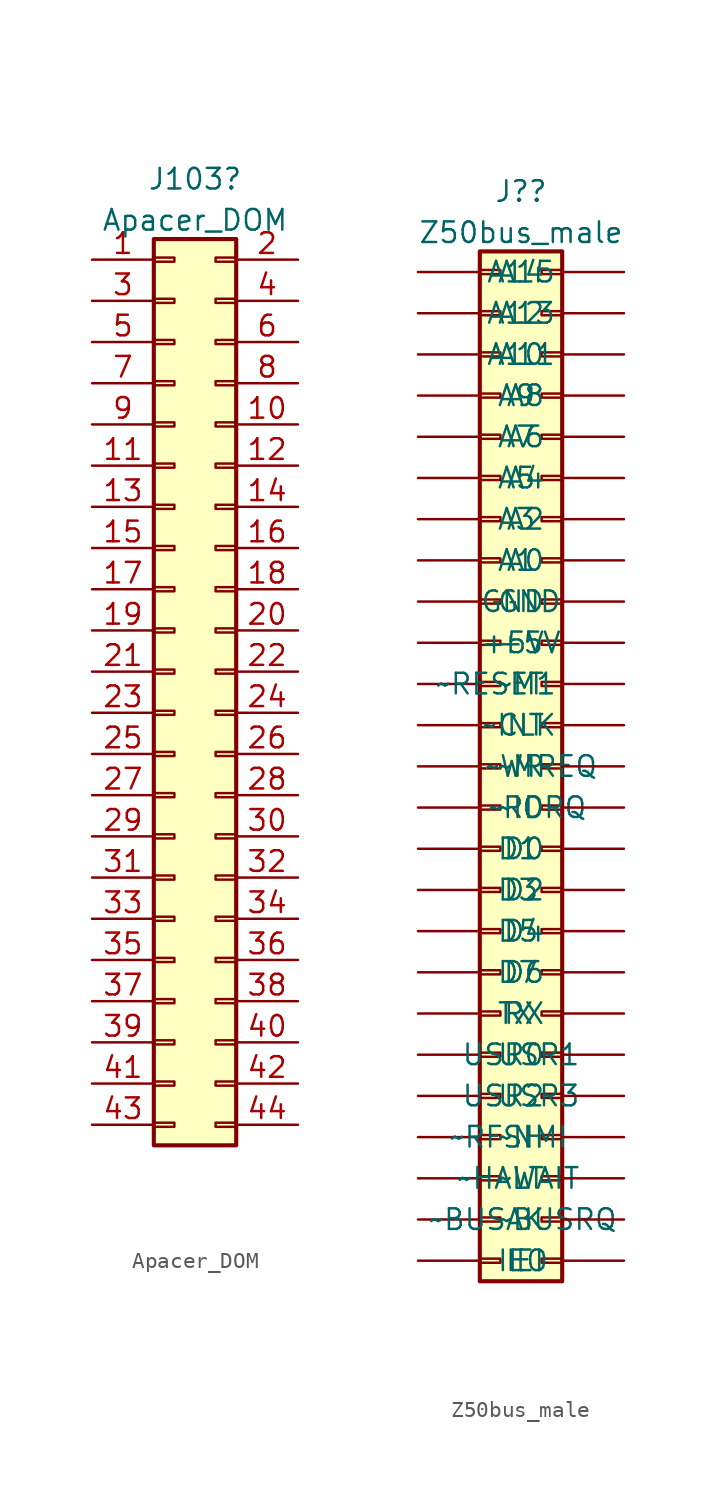
<source format=kicad_sym>
(kicad_symbol_lib
  (version 20211014)
  (generator kicad_symbol_editor)
  (symbol "Apacer_DOM"
    (pin_names
      (offset 1.016) hide)
    (property "Reference" "J103"
      (at 1.27 30.37 0)
      (effects (font (size 1.27 1.27))))
    (property "Value" "Apacer_DOM"
      (at 1.27 27.833 0)
      (effects (font (size 1.27 1.27))))
    (symbol "Apacer_DOM_1_1"
      (rectangle (start -1.27 -27.813) (end 0 -28.067) (stroke (width 0.152) (type default) (color 0 0 0 0)) (fill (type none)))
      (rectangle (start -1.27 -25.273) (end 0 -25.527) (stroke (width 0.152) (type default) (color 0 0 0 0)) (fill (type none)))
      (rectangle (start -1.27 -22.733) (end 0 -22.987) (stroke (width 0.152) (type default) (color 0 0 0 0)) (fill (type none)))
      (rectangle (start -1.27 -20.193) (end 0 -20.447) (stroke (width 0.152) (type default) (color 0 0 0 0)) (fill (type none)))
      (rectangle (start -1.27 -17.653) (end 0 -17.907) (stroke (width 0.152) (type default) (color 0 0 0 0)) (fill (type none)))
      (rectangle (start -1.27 -15.113) (end 0 -15.367) (stroke (width 0.152) (type default) (color 0 0 0 0)) (fill (type none)))
      (rectangle (start -1.27 -12.573) (end 0 -12.827) (stroke (width 0.152) (type default) (color 0 0 0 0)) (fill (type none)))
      (rectangle (start -1.27 -10.033) (end 0 -10.287) (stroke (width 0.152) (type default) (color 0 0 0 0)) (fill (type none)))
      (rectangle (start -1.27 -7.493) (end 0 -7.747) (stroke (width 0.152) (type default) (color 0 0 0 0)) (fill (type none)))
      (rectangle (start -1.27 -4.953) (end 0 -5.207) (stroke (width 0.152) (type default) (color 0 0 0 0)) (fill (type none)))
      (rectangle (start -1.27 -2.413) (end 0 -2.667) (stroke (width 0.152) (type default) (color 0 0 0 0)) (fill (type none)))
      (rectangle (start -1.27 0.127) (end 0 -0.127) (stroke (width 0.152) (type default) (color 0 0 0 0)) (fill (type none)))
      (rectangle (start -1.27 2.667) (end 0 2.413) (stroke (width 0.152) (type default) (color 0 0 0 0)) (fill (type none)))
      (rectangle (start -1.27 5.207) (end 0 4.953) (stroke (width 0.152) (type default) (color 0 0 0 0)) (fill (type none)))
      (rectangle (start -1.27 7.747) (end 0 7.493) (stroke (width 0.152) (type default) (color 0 0 0 0)) (fill (type none)))
      (rectangle (start -1.27 10.287) (end 0 10.033) (stroke (width 0.152) (type default) (color 0 0 0 0)) (fill (type none)))
      (rectangle (start -1.27 12.827) (end 0 12.573) (stroke (width 0.152) (type default) (color 0 0 0 0)) (fill (type none)))
      (rectangle (start -1.27 15.367) (end 0 15.113) (stroke (width 0.152) (type default) (color 0 0 0 0)) (fill (type none)))
      (rectangle (start -1.27 17.907) (end 0 17.653) (stroke (width 0.152) (type default) (color 0 0 0 0)) (fill (type none)))
      (rectangle (start -1.27 20.447) (end 0 20.193) (stroke (width 0.152) (type default) (color 0 0 0 0)) (fill (type none)))
      (rectangle (start -1.27 22.987) (end 0 22.733) (stroke (width 0.152) (type default) (color 0 0 0 0)) (fill (type none)))
      (rectangle (start -1.27 25.527) (end 0 25.273) (stroke (width 0.152) (type default) (color 0 0 0 0)) (fill (type none)))
      (rectangle (start -1.27 26.67) (end 3.81 -29.21) (stroke (width 0.254) (type default) (color 0 0 0 0)) (fill (type background)))
      (rectangle (start 3.81 -27.813) (end 2.54 -28.067) (stroke (width 0.152) (type default) (color 0 0 0 0)) (fill (type none)))
      (rectangle (start 3.81 -25.273) (end 2.54 -25.527) (stroke (width 0.152) (type default) (color 0 0 0 0)) (fill (type none)))
      (rectangle (start 3.81 -22.733) (end 2.54 -22.987) (stroke (width 0.152) (type default) (color 0 0 0 0)) (fill (type none)))
      (rectangle (start 3.81 -20.193) (end 2.54 -20.447) (stroke (width 0.152) (type default) (color 0 0 0 0)) (fill (type none)))
      (rectangle (start 3.81 -17.653) (end 2.54 -17.907) (stroke (width 0.152) (type default) (color 0 0 0 0)) (fill (type none)))
      (rectangle (start 3.81 -15.113) (end 2.54 -15.367) (stroke (width 0.152) (type default) (color 0 0 0 0)) (fill (type none)))
      (rectangle (start 3.81 -12.573) (end 2.54 -12.827) (stroke (width 0.152) (type default) (color 0 0 0 0)) (fill (type none)))
      (rectangle (start 3.81 -10.033) (end 2.54 -10.287) (stroke (width 0.152) (type default) (color 0 0 0 0)) (fill (type none)))
      (rectangle (start 3.81 -7.493) (end 2.54 -7.747) (stroke (width 0.152) (type default) (color 0 0 0 0)) (fill (type none)))
      (rectangle (start 3.81 -4.953) (end 2.54 -5.207) (stroke (width 0.152) (type default) (color 0 0 0 0)) (fill (type none)))
      (rectangle (start 3.81 -2.413) (end 2.54 -2.667) (stroke (width 0.152) (type default) (color 0 0 0 0)) (fill (type none)))
      (rectangle (start 3.81 0.127) (end 2.54 -0.127) (stroke (width 0.152) (type default) (color 0 0 0 0)) (fill (type none)))
      (rectangle (start 3.81 2.667) (end 2.54 2.413) (stroke (width 0.152) (type default) (color 0 0 0 0)) (fill (type none)))
      (rectangle (start 3.81 5.207) (end 2.54 4.953) (stroke (width 0.152) (type default) (color 0 0 0 0)) (fill (type none)))
      (rectangle (start 3.81 7.747) (end 2.54 7.493) (stroke (width 0.152) (type default) (color 0 0 0 0)) (fill (type none)))
      (rectangle (start 3.81 10.287) (end 2.54 10.033) (stroke (width 0.152) (type default) (color 0 0 0 0)) (fill (type none)))
      (rectangle (start 3.81 12.827) (end 2.54 12.573) (stroke (width 0.152) (type default) (color 0 0 0 0)) (fill (type none)))
      (rectangle (start 3.81 15.367) (end 2.54 15.113) (stroke (width 0.152) (type default) (color 0 0 0 0)) (fill (type none)))
      (rectangle (start 3.81 17.907) (end 2.54 17.653) (stroke (width 0.152) (type default) (color 0 0 0 0)) (fill (type none)))
      (rectangle (start 3.81 20.447) (end 2.54 20.193) (stroke (width 0.152) (type default) (color 0 0 0 0)) (fill (type none)))
      (rectangle (start 3.81 22.987) (end 2.54 22.733) (stroke (width 0.152) (type default) (color 0 0 0 0)) (fill (type none)))
      (rectangle (start 3.81 25.527) (end 2.54 25.273) (stroke (width 0.152) (type default) (color 0 0 0 0)) (fill (type none)))
      (pin passive line (at -5.08 25.4 0) (length 3.81) (name "Pin_1" (effects (font (size 1.27 1.27)))) (number "1" (effects (font (size 1.27 1.27)))))
      (pin passive line (at 7.62 15.24 180) (length 3.81) (name "Pin_10" (effects (font (size 1.27 1.27)))) (number "10" (effects (font (size 1.27 1.27)))))
      (pin passive line (at -5.08 12.7 0) (length 3.81) (name "Pin_11" (effects (font (size 1.27 1.27)))) (number "11" (effects (font (size 1.27 1.27)))))
      (pin passive line (at 7.62 12.7 180) (length 3.81) (name "Pin_12" (effects (font (size 1.27 1.27)))) (number "12" (effects (font (size 1.27 1.27)))))
      (pin passive line (at -5.08 10.16 0) (length 3.81) (name "Pin_13" (effects (font (size 1.27 1.27)))) (number "13" (effects (font (size 1.27 1.27)))))
      (pin passive line (at 7.62 10.16 180) (length 3.81) (name "Pin_14" (effects (font (size 1.27 1.27)))) (number "14" (effects (font (size 1.27 1.27)))))
      (pin passive line (at -5.08 7.62 0) (length 3.81) (name "Pin_15" (effects (font (size 1.27 1.27)))) (number "15" (effects (font (size 1.27 1.27)))))
      (pin passive line (at 7.62 7.62 180) (length 3.81) (name "Pin_16" (effects (font (size 1.27 1.27)))) (number "16" (effects (font (size 1.27 1.27)))))
      (pin passive line (at -5.08 5.08 0) (length 3.81) (name "Pin_17" (effects (font (size 1.27 1.27)))) (number "17" (effects (font (size 1.27 1.27)))))
      (pin passive line (at 7.62 5.08 180) (length 3.81) (name "Pin_18" (effects (font (size 1.27 1.27)))) (number "18" (effects (font (size 1.27 1.27)))))
      (pin passive line (at -5.08 2.54 0) (length 3.81) (name "Pin_19" (effects (font (size 1.27 1.27)))) (number "19" (effects (font (size 1.27 1.27)))))
      (pin passive line (at 7.62 25.4 180) (length 3.81) (name "Pin_2" (effects (font (size 1.27 1.27)))) (number "2" (effects (font (size 1.27 1.27)))))
      (pin passive line (at 7.62 2.54 180) (length 3.81) (name "Pin_20" (effects (font (size 1.27 1.27)))) (number "20" (effects (font (size 1.27 1.27)))))
      (pin passive line (at -5.08 0 0) (length 3.81) (name "Pin_21" (effects (font (size 1.27 1.27)))) (number "21" (effects (font (size 1.27 1.27)))))
      (pin passive line (at 7.62 0 180) (length 3.81) (name "Pin_22" (effects (font (size 1.27 1.27)))) (number "22" (effects (font (size 1.27 1.27)))))
      (pin passive line (at -5.08 -2.54 0) (length 3.81) (name "Pin_23" (effects (font (size 1.27 1.27)))) (number "23" (effects (font (size 1.27 1.27)))))
      (pin passive line (at 7.62 -2.54 180) (length 3.81) (name "Pin_24" (effects (font (size 1.27 1.27)))) (number "24" (effects (font (size 1.27 1.27)))))
      (pin passive line (at -5.08 -5.08 0) (length 3.81) (name "Pin_25" (effects (font (size 1.27 1.27)))) (number "25" (effects (font (size 1.27 1.27)))))
      (pin passive line (at 7.62 -5.08 180) (length 3.81) (name "Pin_26" (effects (font (size 1.27 1.27)))) (number "26" (effects (font (size 1.27 1.27)))))
      (pin passive line (at -5.08 -7.62 0) (length 3.81) (name "Pin_27" (effects (font (size 1.27 1.27)))) (number "27" (effects (font (size 1.27 1.27)))))
      (pin passive line (at 7.62 -7.62 180) (length 3.81) (name "Pin_28" (effects (font (size 1.27 1.27)))) (number "28" (effects (font (size 1.27 1.27)))))
      (pin passive line (at -5.08 -10.16 0) (length 3.81) (name "Pin_29" (effects (font (size 1.27 1.27)))) (number "29" (effects (font (size 1.27 1.27)))))
      (pin passive line (at -5.08 22.86 0) (length 3.81) (name "Pin_3" (effects (font (size 1.27 1.27)))) (number "3" (effects (font (size 1.27 1.27)))))
      (pin passive line (at 7.62 -10.16 180) (length 3.81) (name "Pin_30" (effects (font (size 1.27 1.27)))) (number "30" (effects (font (size 1.27 1.27)))))
      (pin passive line (at -5.08 -12.7 0) (length 3.81) (name "Pin_31" (effects (font (size 1.27 1.27)))) (number "31" (effects (font (size 1.27 1.27)))))
      (pin passive line (at 7.62 -12.7 180) (length 3.81) (name "Pin_32" (effects (font (size 1.27 1.27)))) (number "32" (effects (font (size 1.27 1.27)))))
      (pin passive line (at -5.08 -15.24 0) (length 3.81) (name "Pin_33" (effects (font (size 1.27 1.27)))) (number "33" (effects (font (size 1.27 1.27)))))
      (pin passive line (at 7.62 -15.24 180) (length 3.81) (name "Pin_34" (effects (font (size 1.27 1.27)))) (number "34" (effects (font (size 1.27 1.27)))))
      (pin passive line (at -5.08 -17.78 0) (length 3.81) (name "Pin_35" (effects (font (size 1.27 1.27)))) (number "35" (effects (font (size 1.27 1.27)))))
      (pin passive line (at 7.62 -17.78 180) (length 3.81) (name "Pin_36" (effects (font (size 1.27 1.27)))) (number "36" (effects (font (size 1.27 1.27)))))
      (pin passive line (at -5.08 -20.32 0) (length 3.81) (name "Pin_37" (effects (font (size 1.27 1.27)))) (number "37" (effects (font (size 1.27 1.27)))))
      (pin passive line (at 7.62 -20.32 180) (length 3.81) (name "Pin_38" (effects (font (size 1.27 1.27)))) (number "38" (effects (font (size 1.27 1.27)))))
      (pin passive line (at -5.08 -22.86 0) (length 3.81) (name "Pin_39" (effects (font (size 1.27 1.27)))) (number "39" (effects (font (size 1.27 1.27)))))
      (pin passive line (at 7.62 22.86 180) (length 3.81) (name "Pin_4" (effects (font (size 1.27 1.27)))) (number "4" (effects (font (size 1.27 1.27)))))
      (pin passive line (at 7.62 -22.86 180) (length 3.81) (name "Pin_40" (effects (font (size 1.27 1.27)))) (number "40" (effects (font (size 1.27 1.27)))))
      (pin passive line (at -5.08 -25.4 0) (length 3.81) (name "Pin_41" (effects (font (size 1.27 1.27)))) (number "41" (effects (font (size 1.27 1.27)))))
      (pin passive line (at 7.62 -25.4 180) (length 3.81) (name "Pin_42" (effects (font (size 1.27 1.27)))) (number "42" (effects (font (size 1.27 1.27)))))
      (pin passive line (at -5.08 -27.94 0) (length 3.81) (name "Pin_43" (effects (font (size 1.27 1.27)))) (number "43" (effects (font (size 1.27 1.27)))))
      (pin passive line (at 7.62 -27.94 180) (length 3.81) (name "Pin_44" (effects (font (size 1.27 1.27)))) (number "44" (effects (font (size 1.27 1.27)))))
      (pin passive line (at -5.08 20.32 0) (length 3.81) (name "Pin_5" (effects (font (size 1.27 1.27)))) (number "5" (effects (font (size 1.27 1.27)))))
      (pin passive line (at 7.62 20.32 180) (length 3.81) (name "Pin_6" (effects (font (size 1.27 1.27)))) (number "6" (effects (font (size 1.27 1.27)))))
      (pin passive line (at -5.08 17.78 0) (length 3.81) (name "Pin_7" (effects (font (size 1.27 1.27)))) (number "7" (effects (font (size 1.27 1.27)))))
      (pin passive line (at 7.62 17.78 180) (length 3.81) (name "Pin_8" (effects (font (size 1.27 1.27)))) (number "8" (effects (font (size 1.27 1.27)))))
      (pin passive line (at -5.08 15.24 0) (length 3.81) (name "Pin_9" (effects (font (size 1.27 1.27)))) (number "9" (effects (font (size 1.27 1.27)))))))
  (symbol "Z50bus_male"
    (pin_numbers hide)
    (pin_names
      (offset 1.016))
    (property "Reference" "J?"
      (at 1.27 35.45 0)
      (effects (font (size 1.27 1.27))))
    (property "Value" "Z50bus_male"
      (at 1.27 32.913 0)
      (effects (font (size 1.27 1.27))))
    (symbol "Z50bus_male_0_0"
      (pin passive line (at -5.08 -15.24 0) (length 3.81) (name "TX" (effects (font (size 1.27 1.27)))) (number "37" (effects (font (size 1.27 1.27)))))
      (pin passive line (at 7.62 -15.24 180) (length 3.81) (name "RX" (effects (font (size 1.27 1.27)))) (number "38" (effects (font (size 1.27 1.27))))))
    (symbol "Z50bus_male_1_1"
      (rectangle (start -1.27 -30.353) (end 0 -30.607) (stroke (width 0.152) (type default) (color 0 0 0 0)) (fill (type none)))
      (rectangle (start -1.27 -27.813) (end 0 -28.067) (stroke (width 0.152) (type default) (color 0 0 0 0)) (fill (type none)))
      (rectangle (start -1.27 -25.273) (end 0 -25.527) (stroke (width 0.152) (type default) (color 0 0 0 0)) (fill (type none)))
      (rectangle (start -1.27 -22.733) (end 0 -22.987) (stroke (width 0.152) (type default) (color 0 0 0 0)) (fill (type none)))
      (rectangle (start -1.27 -20.193) (end 0 -20.447) (stroke (width 0.152) (type default) (color 0 0 0 0)) (fill (type none)))
      (rectangle (start -1.27 -17.653) (end 0 -17.907) (stroke (width 0.152) (type default) (color 0 0 0 0)) (fill (type none)))
      (rectangle (start -1.27 -15.113) (end 0 -15.367) (stroke (width 0.152) (type default) (color 0 0 0 0)) (fill (type none)))
      (rectangle (start -1.27 -12.573) (end 0 -12.827) (stroke (width 0.152) (type default) (color 0 0 0 0)) (fill (type none)))
      (rectangle (start -1.27 -10.033) (end 0 -10.287) (stroke (width 0.152) (type default) (color 0 0 0 0)) (fill (type none)))
      (rectangle (start -1.27 -7.493) (end 0 -7.747) (stroke (width 0.152) (type default) (color 0 0 0 0)) (fill (type none)))
      (rectangle (start -1.27 -4.953) (end 0 -5.207) (stroke (width 0.152) (type default) (color 0 0 0 0)) (fill (type none)))
      (rectangle (start -1.27 -2.413) (end 0 -2.667) (stroke (width 0.152) (type default) (color 0 0 0 0)) (fill (type none)))
      (rectangle (start -1.27 0.127) (end 0 -0.127) (stroke (width 0.152) (type default) (color 0 0 0 0)) (fill (type none)))
      (rectangle (start -1.27 2.667) (end 0 2.413) (stroke (width 0.152) (type default) (color 0 0 0 0)) (fill (type none)))
      (rectangle (start -1.27 5.207) (end 0 4.953) (stroke (width 0.152) (type default) (color 0 0 0 0)) (fill (type none)))
      (rectangle (start -1.27 7.747) (end 0 7.493) (stroke (width 0.152) (type default) (color 0 0 0 0)) (fill (type none)))
      (rectangle (start -1.27 10.287) (end 0 10.033) (stroke (width 0.152) (type default) (color 0 0 0 0)) (fill (type none)))
      (rectangle (start -1.27 12.827) (end 0 12.573) (stroke (width 0.152) (type default) (color 0 0 0 0)) (fill (type none)))
      (rectangle (start -1.27 15.367) (end 0 15.113) (stroke (width 0.152) (type default) (color 0 0 0 0)) (fill (type none)))
      (rectangle (start -1.27 17.907) (end 0 17.653) (stroke (width 0.152) (type default) (color 0 0 0 0)) (fill (type none)))
      (rectangle (start -1.27 20.447) (end 0 20.193) (stroke (width 0.152) (type default) (color 0 0 0 0)) (fill (type none)))
      (rectangle (start -1.27 22.987) (end 0 22.733) (stroke (width 0.152) (type default) (color 0 0 0 0)) (fill (type none)))
      (rectangle (start -1.27 25.527) (end 0 25.273) (stroke (width 0.152) (type default) (color 0 0 0 0)) (fill (type none)))
      (rectangle (start -1.27 28.067) (end 0 27.813) (stroke (width 0.152) (type default) (color 0 0 0 0)) (fill (type none)))
      (rectangle (start -1.27 30.607) (end 0 30.353) (stroke (width 0.152) (type default) (color 0 0 0 0)) (fill (type none)))
      (rectangle (start -1.27 31.75) (end 3.81 -31.75) (stroke (width 0.254) (type default) (color 0 0 0 0)) (fill (type background)))
      (rectangle (start 3.81 -30.353) (end 2.54 -30.607) (stroke (width 0.152) (type default) (color 0 0 0 0)) (fill (type none)))
      (rectangle (start 3.81 -27.813) (end 2.54 -28.067) (stroke (width 0.152) (type default) (color 0 0 0 0)) (fill (type none)))
      (rectangle (start 3.81 -25.273) (end 2.54 -25.527) (stroke (width 0.152) (type default) (color 0 0 0 0)) (fill (type none)))
      (rectangle (start 3.81 -22.733) (end 2.54 -22.987) (stroke (width 0.152) (type default) (color 0 0 0 0)) (fill (type none)))
      (rectangle (start 3.81 -20.193) (end 2.54 -20.447) (stroke (width 0.152) (type default) (color 0 0 0 0)) (fill (type none)))
      (rectangle (start 3.81 -17.653) (end 2.54 -17.907) (stroke (width 0.152) (type default) (color 0 0 0 0)) (fill (type none)))
      (rectangle (start 3.81 -15.113) (end 2.54 -15.367) (stroke (width 0.152) (type default) (color 0 0 0 0)) (fill (type none)))
      (rectangle (start 3.81 -12.573) (end 2.54 -12.827) (stroke (width 0.152) (type default) (color 0 0 0 0)) (fill (type none)))
      (rectangle (start 3.81 -10.033) (end 2.54 -10.287) (stroke (width 0.152) (type default) (color 0 0 0 0)) (fill (type none)))
      (rectangle (start 3.81 -7.493) (end 2.54 -7.747) (stroke (width 0.152) (type default) (color 0 0 0 0)) (fill (type none)))
      (rectangle (start 3.81 -4.953) (end 2.54 -5.207) (stroke (width 0.152) (type default) (color 0 0 0 0)) (fill (type none)))
      (rectangle (start 3.81 -2.413) (end 2.54 -2.667) (stroke (width 0.152) (type default) (color 0 0 0 0)) (fill (type none)))
      (rectangle (start 3.81 0.127) (end 2.54 -0.127) (stroke (width 0.152) (type default) (color 0 0 0 0)) (fill (type none)))
      (rectangle (start 3.81 2.667) (end 2.54 2.413) (stroke (width 0.152) (type default) (color 0 0 0 0)) (fill (type none)))
      (rectangle (start 3.81 5.207) (end 2.54 4.953) (stroke (width 0.152) (type default) (color 0 0 0 0)) (fill (type none)))
      (rectangle (start 3.81 7.747) (end 2.54 7.493) (stroke (width 0.152) (type default) (color 0 0 0 0)) (fill (type none)))
      (rectangle (start 3.81 10.287) (end 2.54 10.033) (stroke (width 0.152) (type default) (color 0 0 0 0)) (fill (type none)))
      (rectangle (start 3.81 12.827) (end 2.54 12.573) (stroke (width 0.152) (type default) (color 0 0 0 0)) (fill (type none)))
      (rectangle (start 3.81 15.367) (end 2.54 15.113) (stroke (width 0.152) (type default) (color 0 0 0 0)) (fill (type none)))
      (rectangle (start 3.81 17.907) (end 2.54 17.653) (stroke (width 0.152) (type default) (color 0 0 0 0)) (fill (type none)))
      (rectangle (start 3.81 20.447) (end 2.54 20.193) (stroke (width 0.152) (type default) (color 0 0 0 0)) (fill (type none)))
      (rectangle (start 3.81 22.987) (end 2.54 22.733) (stroke (width 0.152) (type default) (color 0 0 0 0)) (fill (type none)))
      (rectangle (start 3.81 25.527) (end 2.54 25.273) (stroke (width 0.152) (type default) (color 0 0 0 0)) (fill (type none)))
      (rectangle (start 3.81 28.067) (end 2.54 27.813) (stroke (width 0.152) (type default) (color 0 0 0 0)) (fill (type none)))
      (rectangle (start 3.81 30.607) (end 2.54 30.353) (stroke (width 0.152) (type default) (color 0 0 0 0)) (fill (type none)))
      (pin passive line (at -5.08 30.48 0) (length 3.81) (name "A15" (effects (font (size 1.27 1.27)))) (number "1" (effects (font (size 1.27 1.27)))))
      (pin passive line (at 7.62 20.32 180) (length 3.81) (name "A6" (effects (font (size 1.27 1.27)))) (number "10" (effects (font (size 1.27 1.27)))))
      (pin passive line (at -5.08 17.78 0) (length 3.81) (name "A5" (effects (font (size 1.27 1.27)))) (number "11" (effects (font (size 1.27 1.27)))))
      (pin passive line (at 7.62 17.78 180) (length 3.81) (name "A4" (effects (font (size 1.27 1.27)))) (number "12" (effects (font (size 1.27 1.27)))))
      (pin passive line (at -5.08 15.24 0) (length 3.81) (name "A3" (effects (font (size 1.27 1.27)))) (number "13" (effects (font (size 1.27 1.27)))))
      (pin passive line (at 7.62 15.24 180) (length 3.81) (name "A2" (effects (font (size 1.27 1.27)))) (number "14" (effects (font (size 1.27 1.27)))))
      (pin passive line (at -5.08 12.7 0) (length 3.81) (name "A1" (effects (font (size 1.27 1.27)))) (number "15" (effects (font (size 1.27 1.27)))))
      (pin passive line (at 7.62 12.7 180) (length 3.81) (name "A0" (effects (font (size 1.27 1.27)))) (number "16" (effects (font (size 1.27 1.27)))))
      (pin power_in line (at -5.08 10.16 0) (length 3.81) (name "GND" (effects (font (size 1.27 1.27)))) (number "17" (effects (font (size 1.27 1.27)))))
      (pin power_in line (at 7.62 10.16 180) (length 3.81) (name "GND" (effects (font (size 1.27 1.27)))) (number "18" (effects (font (size 1.27 1.27)))))
      (pin power_in line (at -5.08 7.62 0) (length 3.81) (name "+5V" (effects (font (size 1.27 1.27)))) (number "19" (effects (font (size 1.27 1.27)))))
      (pin passive line (at 7.62 30.48 180) (length 3.81) (name "A14" (effects (font (size 1.27 1.27)))) (number "2" (effects (font (size 1.27 1.27)))))
      (pin power_in line (at 7.62 7.62 180) (length 3.81) (name "+5V" (effects (font (size 1.27 1.27)))) (number "20" (effects (font (size 1.27 1.27)))))
      (pin passive line (at -5.08 5.08 0) (length 3.81) (name "~M1" (effects (font (size 1.27 1.27)))) (number "21" (effects (font (size 1.27 1.27)))))
      (pin passive line (at 7.62 5.08 180) (length 3.81) (name "~RESET" (effects (font (size 1.27 1.27)))) (number "22" (effects (font (size 1.27 1.27)))))
      (pin passive line (at -5.08 2.54 0) (length 3.81) (name "CLK" (effects (font (size 1.27 1.27)))) (number "23" (effects (font (size 1.27 1.27)))))
      (pin passive line (at 7.62 2.54 180) (length 3.81) (name "~INT" (effects (font (size 1.27 1.27)))) (number "24" (effects (font (size 1.27 1.27)))))
      (pin passive line (at -5.08 0 0) (length 3.81) (name "~MREQ" (effects (font (size 1.27 1.27)))) (number "25" (effects (font (size 1.27 1.27)))))
      (pin passive line (at 7.62 0 180) (length 3.81) (name "~WR" (effects (font (size 1.27 1.27)))) (number "26" (effects (font (size 1.27 1.27)))))
      (pin passive line (at -5.08 -2.54 0) (length 3.81) (name "~IORQ" (effects (font (size 1.27 1.27)))) (number "27" (effects (font (size 1.27 1.27)))))
      (pin passive line (at 7.62 -2.54 180) (length 3.81) (name "~RD" (effects (font (size 1.27 1.27)))) (number "28" (effects (font (size 1.27 1.27)))))
      (pin passive line (at -5.08 -5.08 0) (length 3.81) (name "D1" (effects (font (size 1.27 1.27)))) (number "29" (effects (font (size 1.27 1.27)))))
      (pin passive line (at -5.08 27.94 0) (length 3.81) (name "A13" (effects (font (size 1.27 1.27)))) (number "3" (effects (font (size 1.27 1.27)))))
      (pin passive line (at 7.62 -5.08 180) (length 3.81) (name "D0" (effects (font (size 1.27 1.27)))) (number "30" (effects (font (size 1.27 1.27)))))
      (pin passive line (at -5.08 -7.62 0) (length 3.81) (name "D3" (effects (font (size 1.27 1.27)))) (number "31" (effects (font (size 1.27 1.27)))))
      (pin passive line (at 7.62 -7.62 180) (length 3.81) (name "D2" (effects (font (size 1.27 1.27)))) (number "32" (effects (font (size 1.27 1.27)))))
      (pin passive line (at -5.08 -10.16 0) (length 3.81) (name "D5" (effects (font (size 1.27 1.27)))) (number "33" (effects (font (size 1.27 1.27)))))
      (pin passive line (at 7.62 -10.16 180) (length 3.81) (name "D4" (effects (font (size 1.27 1.27)))) (number "34" (effects (font (size 1.27 1.27)))))
      (pin passive line (at -5.08 -12.7 0) (length 3.81) (name "D7" (effects (font (size 1.27 1.27)))) (number "35" (effects (font (size 1.27 1.27)))))
      (pin passive line (at 7.62 -12.7 180) (length 3.81) (name "D6" (effects (font (size 1.27 1.27)))) (number "36" (effects (font (size 1.27 1.27)))))
      (pin passive line (at -5.08 -17.78 0) (length 3.81) (name "USR1" (effects (font (size 1.27 1.27)))) (number "39" (effects (font (size 1.27 1.27)))))
      (pin passive line (at 7.62 27.94 180) (length 3.81) (name "A12" (effects (font (size 1.27 1.27)))) (number "4" (effects (font (size 1.27 1.27)))))
      (pin passive line (at 7.62 -17.78 180) (length 3.81) (name "USR0" (effects (font (size 1.27 1.27)))) (number "40" (effects (font (size 1.27 1.27)))))
      (pin passive line (at -5.08 -20.32 0) (length 3.81) (name "USR3" (effects (font (size 1.27 1.27)))) (number "41" (effects (font (size 1.27 1.27)))))
      (pin passive line (at 7.62 -20.32 180) (length 3.81) (name "USR2" (effects (font (size 1.27 1.27)))) (number "42" (effects (font (size 1.27 1.27)))))
      (pin passive line (at -5.08 -22.86 0) (length 3.81) (name "~NMI" (effects (font (size 1.27 1.27)))) (number "43" (effects (font (size 1.27 1.27)))))
      (pin passive line (at 7.62 -22.86 180) (length 3.81) (name "~RFSH" (effects (font (size 1.27 1.27)))) (number "44" (effects (font (size 1.27 1.27)))))
      (pin passive line (at -5.08 -25.4 0) (length 3.81) (name "~WAIT" (effects (font (size 1.27 1.27)))) (number "45" (effects (font (size 1.27 1.27)))))
      (pin passive line (at 7.62 -25.4 180) (length 3.81) (name "~HALT" (effects (font (size 1.27 1.27)))) (number "46" (effects (font (size 1.27 1.27)))))
      (pin passive line (at -5.08 -27.94 0) (length 3.81) (name "~BUSRQ" (effects (font (size 1.27 1.27)))) (number "47" (effects (font (size 1.27 1.27)))))
      (pin passive line (at 7.62 -27.94 180) (length 3.81) (name "~BUSAK" (effects (font (size 1.27 1.27)))) (number "48" (effects (font (size 1.27 1.27)))))
      (pin passive line (at -5.08 -30.48 0) (length 3.81) (name "IEO" (effects (font (size 1.27 1.27)))) (number "49" (effects (font (size 1.27 1.27)))))
      (pin passive line (at -5.08 25.4 0) (length 3.81) (name "A11" (effects (font (size 1.27 1.27)))) (number "5" (effects (font (size 1.27 1.27)))))
      (pin passive line (at 7.62 -30.48 180) (length 3.81) (name "IEI" (effects (font (size 1.27 1.27)))) (number "50" (effects (font (size 1.27 1.27)))))
      (pin passive line (at 7.62 25.4 180) (length 3.81) (name "A10" (effects (font (size 1.27 1.27)))) (number "6" (effects (font (size 1.27 1.27)))))
      (pin passive line (at -5.08 22.86 0) (length 3.81) (name "A9" (effects (font (size 1.27 1.27)))) (number "7" (effects (font (size 1.27 1.27)))))
      (pin passive line (at 7.62 22.86 180) (length 3.81) (name "A8" (effects (font (size 1.27 1.27)))) (number "8" (effects (font (size 1.27 1.27)))))
      (pin passive line (at -5.08 20.32 0) (length 3.81) (name "A7" (effects (font (size 1.27 1.27)))) (number "9" (effects (font (size 1.27 1.27))))))))
</source>
